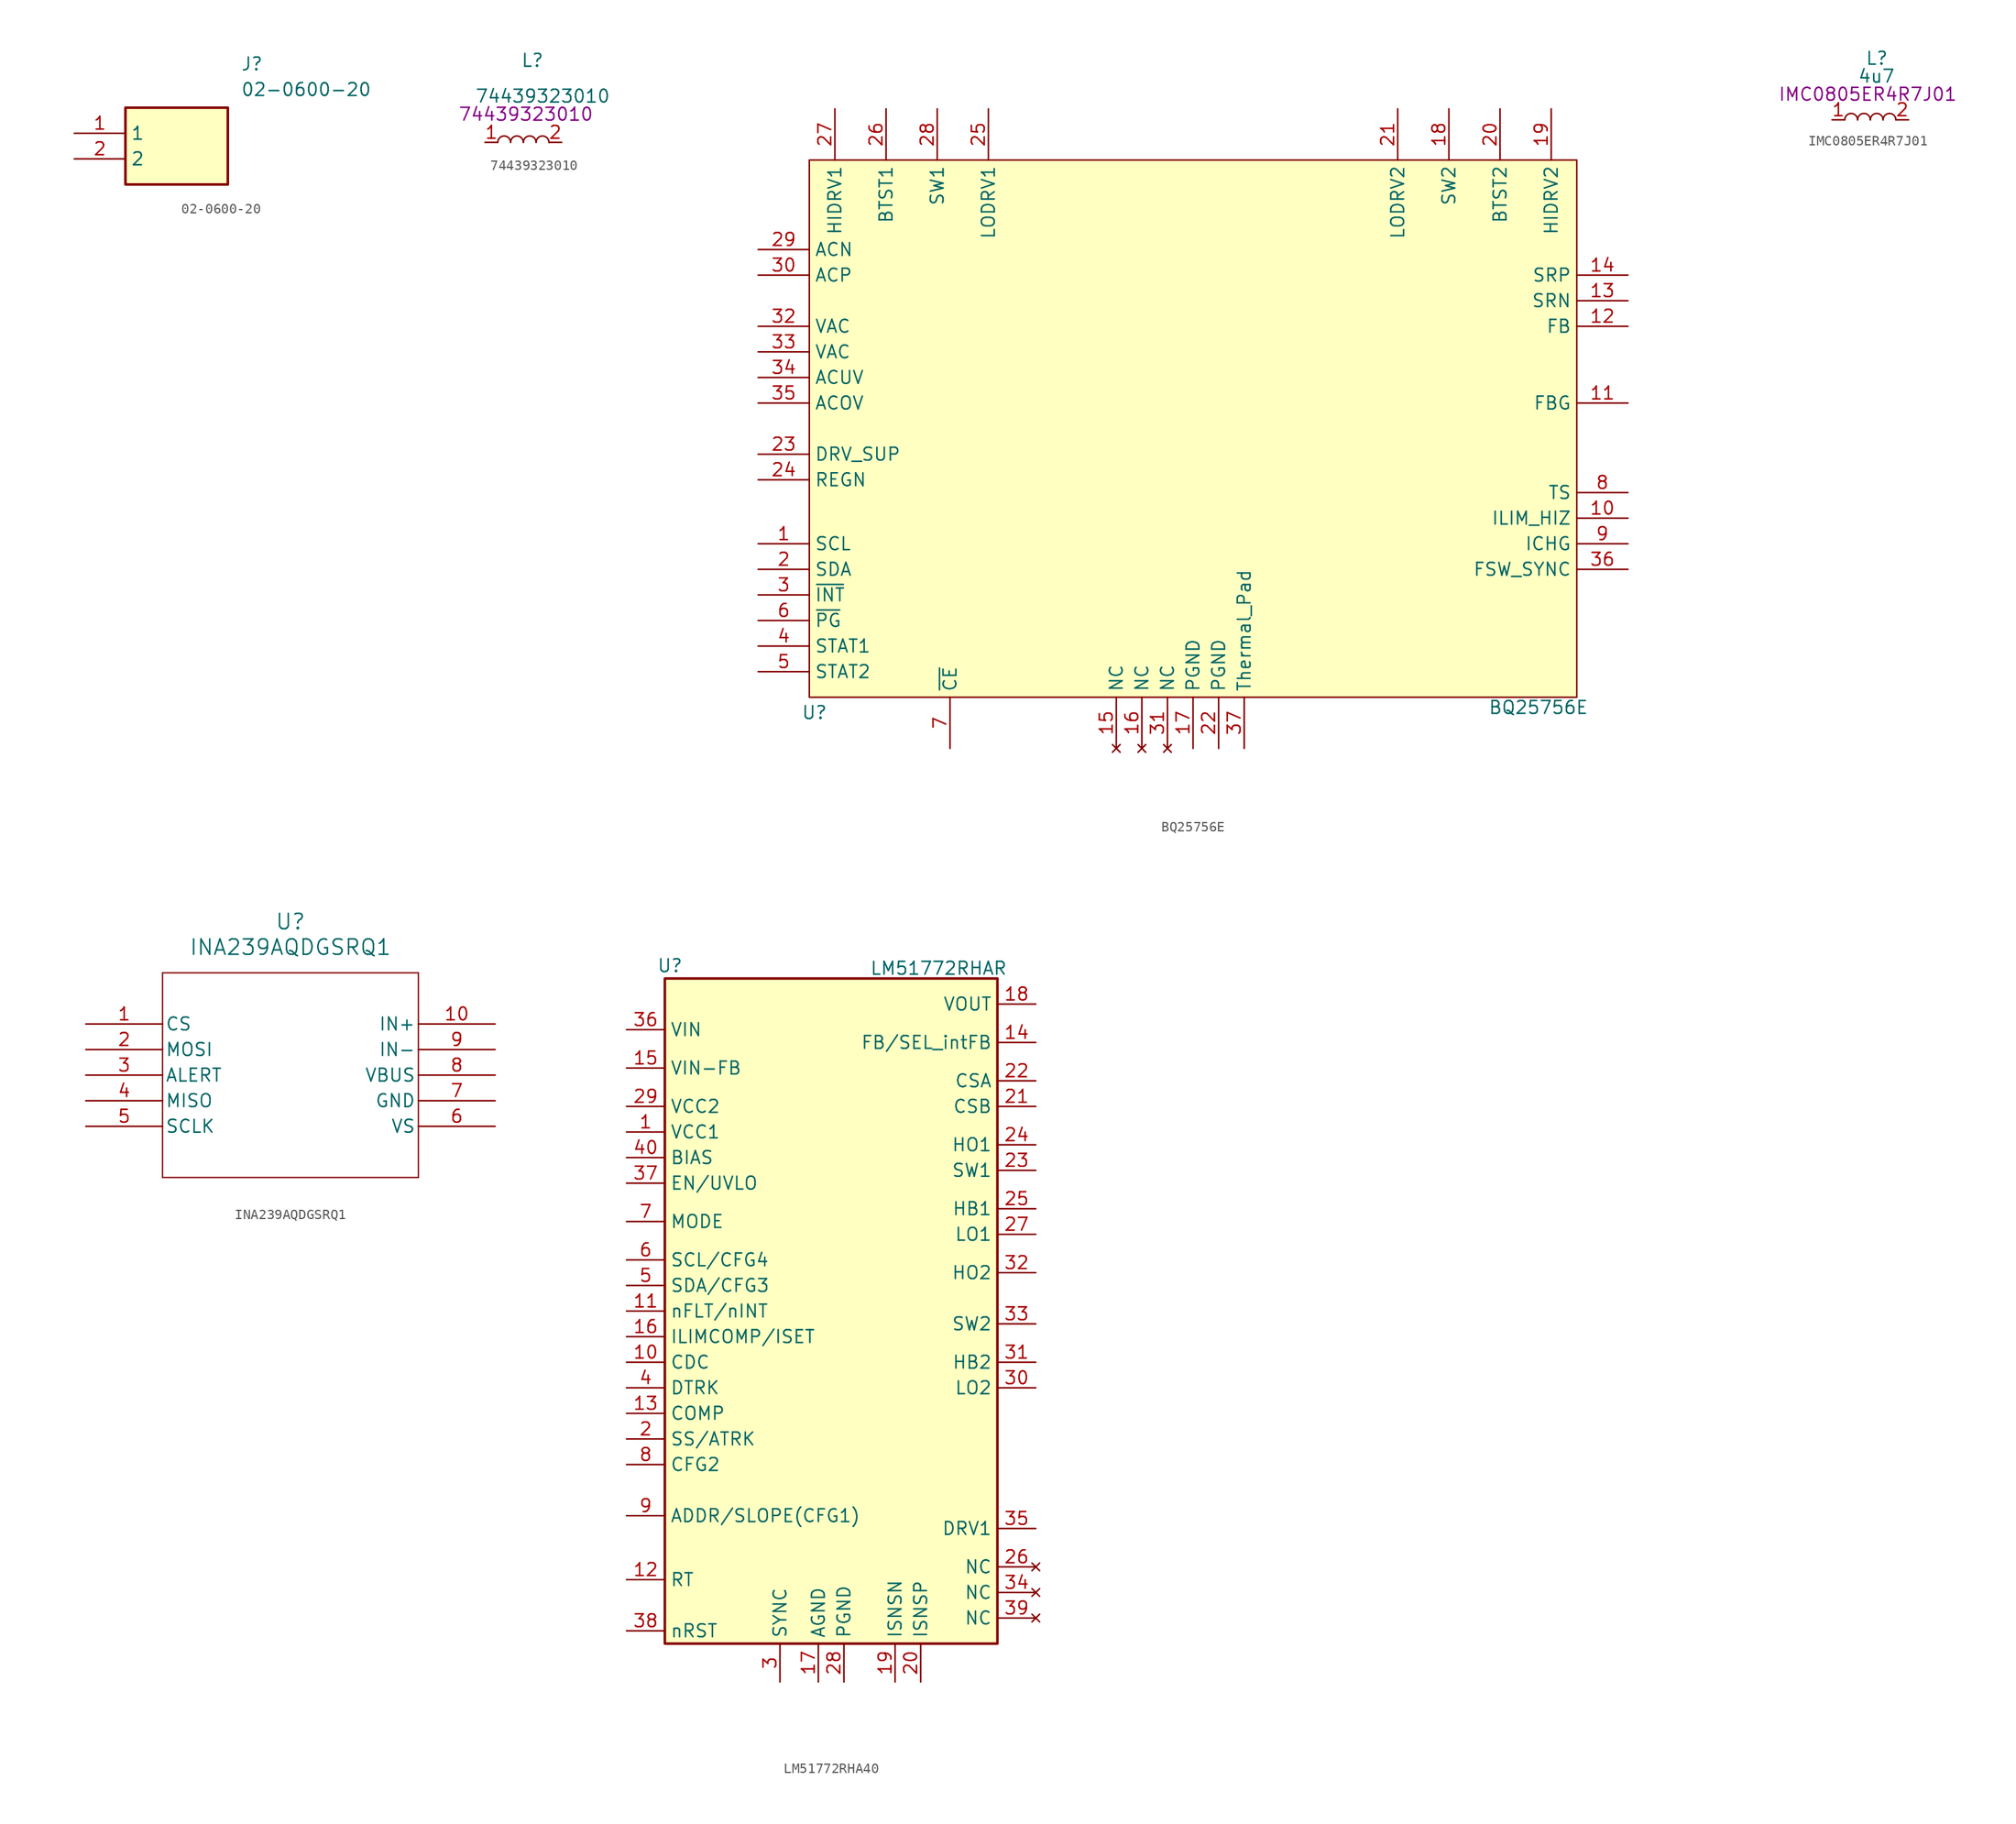
<source format=kicad_sym>
(kicad_symbol_lib
  (version 20231120)
  (generator "kicad_symbol_editor")
  (generator_version "8.0")
  (symbol "02-0600-20"
    (property "Reference" "J"
      (at 16.51 7.62 0)
      (effects (font (size 1.27 1.27)) (justify left top)))
    (property "Value" "02-0600-20"
      (at 16.51 5.08 0)
      (effects (font (size 1.27 1.27)) (justify left top)))
    (symbol "02-0600-20_1_1"
      (rectangle (start 5.08 2.54) (end 15.24 -5.08) (stroke (width 0.254) (type default)) (fill (type background)))
      (pin passive line (at 0 0 0) (length 5.08) (name "1" (effects (font (size 1.27 1.27)))) (number "1" (effects (font (size 1.27 1.27)))))
      (pin passive line (at 0 -2.54 0) (length 5.08) (name "2" (effects (font (size 1.27 1.27)))) (number "2" (effects (font (size 1.27 1.27)))))))
  (symbol "74439323010"
    (pin_names hide)
    (property "Reference" "L"
      (at -0.254 8.89 0)
      (effects (font (size 1.27 1.27)) (justify left top)))
    (property "Value" "74439323010"
      (at -4.826 5.334 0)
      (effects (font (size 1.27 1.27)) (justify left top)))
    (property "Manufacturer_Part_Number" "74439323010"
      (at 0.254 2.794 0)
      (effects (font (size 1.27 1.27))))
    (symbol "74439323010_0_1"
      (arc (start -1.27 0) (mid -1.905 0.6323) (end -2.54 0) (stroke (width 0) (type default)) (fill (type none)))
      (arc (start 0 0) (mid -0.635 0.6323) (end -1.27 0) (stroke (width 0) (type default)) (fill (type none)))
      (arc (start 1.27 0) (mid 0.635 0.6323) (end 0 0) (stroke (width 0) (type default)) (fill (type none)))
      (arc (start 2.54 0) (mid 1.905 0.6323) (end 1.27 0) (stroke (width 0) (type default)) (fill (type none))))
    (symbol "74439323010_1_1"
      (pin passive line (at -3.81 0 0) (length 1.27) (name "1" (effects (font (size 1.27 1.27)))) (number "1" (effects (font (size 1.27 1.27)))))
      (pin passive line (at 3.81 0 180) (length 1.27) (name "2" (effects (font (size 1.27 1.27)))) (number "2" (effects (font (size 1.27 1.27)))))))
  (symbol "BQ25756E"
    (property "Reference" "U"
      (at -36.322 -29.464 0)
      (effects (font (size 1.27 1.27))))
    (property "Value" "BQ25756E"
      (at 35.56 -28.956 0)
      (effects (font (size 1.27 1.27))))
    (symbol "BQ25756E_1_1"
      (rectangle (start -36.83 25.4) (end 39.37 -27.94) (stroke (width 0) (type default)) (fill (type background)))
      (pin input line (at -41.91 -12.7 0) (length 5.08) (name "SCL" (effects (font (size 1.27 1.27)))) (number "1" (effects (font (size 1.27 1.27)))))
      (pin input line (at 44.45 -10.16 180) (length 5.08) (name "ILIM_HIZ" (effects (font (size 1.27 1.27)))) (number "10" (effects (font (size 1.27 1.27)))))
      (pin input line (at 44.45 1.27 180) (length 5.08) (name "FBG" (effects (font (size 1.27 1.27)))) (number "11" (effects (font (size 1.27 1.27)))))
      (pin input line (at 44.45 8.89 180) (length 5.08) (name "FB" (effects (font (size 1.27 1.27)))) (number "12" (effects (font (size 1.27 1.27)))))
      (pin input line (at 44.45 11.43 180) (length 5.08) (name "SRN" (effects (font (size 1.27 1.27)))) (number "13" (effects (font (size 1.27 1.27)))))
      (pin input line (at 44.45 13.97 180) (length 5.08) (name "SRP" (effects (font (size 1.27 1.27)))) (number "14" (effects (font (size 1.27 1.27)))))
      (pin no_connect line (at -6.35 -33.02 90) (length 5.08) (name "NC" (effects (font (size 1.27 1.27)))) (number "15" (effects (font (size 1.27 1.27)))))
      (pin no_connect line (at -3.81 -33.02 90) (length 5.08) (name "NC" (effects (font (size 1.27 1.27)))) (number "16" (effects (font (size 1.27 1.27)))))
      (pin power_in line (at 1.27 -33.02 90) (length 5.08) (name "PGND" (effects (font (size 1.27 1.27)))) (number "17" (effects (font (size 1.27 1.27)))))
      (pin power_out line (at 26.67 30.48 270) (length 5.08) (name "SW2" (effects (font (size 1.27 1.27)))) (number "18" (effects (font (size 1.27 1.27)))))
      (pin output line (at 36.83 30.48 270) (length 5.08) (name "HIDRV2" (effects (font (size 1.27 1.27)))) (number "19" (effects (font (size 1.27 1.27)))))
      (pin bidirectional line (at -41.91 -15.24 0) (length 5.08) (name "SDA" (effects (font (size 1.27 1.27)))) (number "2" (effects (font (size 1.27 1.27)))))
      (pin power_out line (at 31.75 30.48 270) (length 5.08) (name "BTST2" (effects (font (size 1.27 1.27)))) (number "20" (effects (font (size 1.27 1.27)))))
      (pin output line (at 21.59 30.48 270) (length 5.08) (name "LODRV2" (effects (font (size 1.27 1.27)))) (number "21" (effects (font (size 1.27 1.27)))))
      (pin power_in line (at 3.81 -33.02 90) (length 5.08) (name "PGND" (effects (font (size 1.27 1.27)))) (number "22" (effects (font (size 1.27 1.27)))))
      (pin power_out line (at -41.91 -3.81 0) (length 5.08) (name "DRV_SUP" (effects (font (size 1.27 1.27)))) (number "23" (effects (font (size 1.27 1.27)))))
      (pin power_out line (at -41.91 -6.35 0) (length 5.08) (name "REGN" (effects (font (size 1.27 1.27)))) (number "24" (effects (font (size 1.27 1.27)))))
      (pin output line (at -19.05 30.48 270) (length 5.08) (name "LODRV1" (effects (font (size 1.27 1.27)))) (number "25" (effects (font (size 1.27 1.27)))))
      (pin power_out line (at -29.21 30.48 270) (length 5.08) (name "BTST1" (effects (font (size 1.27 1.27)))) (number "26" (effects (font (size 1.27 1.27)))))
      (pin output line (at -34.29 30.48 270) (length 5.08) (name "HIDRV1" (effects (font (size 1.27 1.27)))) (number "27" (effects (font (size 1.27 1.27)))))
      (pin power_out line (at -24.13 30.48 270) (length 5.08) (name "SW1" (effects (font (size 1.27 1.27)))) (number "28" (effects (font (size 1.27 1.27)))))
      (pin input line (at -41.91 16.51 0) (length 5.08) (name "ACN" (effects (font (size 1.27 1.27)))) (number "29" (effects (font (size 1.27 1.27)))))
      (pin output line (at -41.91 -17.78 0) (length 5.08) (name "~{INT}" (effects (font (size 1.27 1.27)))) (number "3" (effects (font (size 1.27 1.27)))))
      (pin input line (at -41.91 13.97 0) (length 5.08) (name "ACP" (effects (font (size 1.27 1.27)))) (number "30" (effects (font (size 1.27 1.27)))))
      (pin no_connect line (at -1.27 -33.02 90) (length 5.08) (name "NC" (effects (font (size 1.27 1.27)))) (number "31" (effects (font (size 1.27 1.27)))))
      (pin power_in line (at -41.91 8.89 0) (length 5.08) (name "VAC" (effects (font (size 1.27 1.27)))) (number "32" (effects (font (size 1.27 1.27)))))
      (pin power_in line (at -41.91 6.35 0) (length 5.08) (name "VAC" (effects (font (size 1.27 1.27)))) (number "33" (effects (font (size 1.27 1.27)))))
      (pin input line (at -41.91 3.81 0) (length 5.08) (name "ACUV" (effects (font (size 1.27 1.27)))) (number "34" (effects (font (size 1.27 1.27)))))
      (pin input line (at -41.91 1.27 0) (length 5.08) (name "ACOV" (effects (font (size 1.27 1.27)))) (number "35" (effects (font (size 1.27 1.27)))))
      (pin input line (at 44.45 -15.24 180) (length 5.08) (name "FSW_SYNC" (effects (font (size 1.27 1.27)))) (number "36" (effects (font (size 1.27 1.27)))))
      (pin power_in line (at 6.35 -33.02 90) (length 5.08) (name "Thermal_Pad" (effects (font (size 1.27 1.27)))) (number "37" (effects (font (size 1.27 1.27)))))
      (pin output line (at -41.91 -22.86 0) (length 5.08) (name "STAT1" (effects (font (size 1.27 1.27)))) (number "4" (effects (font (size 1.27 1.27)))))
      (pin output line (at -41.91 -25.4 0) (length 5.08) (name "STAT2" (effects (font (size 1.27 1.27)))) (number "5" (effects (font (size 1.27 1.27)))))
      (pin output line (at -41.91 -20.32 0) (length 5.08) (name "~{PG}" (effects (font (size 1.27 1.27)))) (number "6" (effects (font (size 1.27 1.27)))))
      (pin bidirectional line (at -22.86 -33.02 90) (length 5.08) (name "~{CE}" (effects (font (size 1.27 1.27)))) (number "7" (effects (font (size 1.27 1.27)))))
      (pin input line (at 44.45 -7.62 180) (length 5.08) (name "TS" (effects (font (size 1.27 1.27)))) (number "8" (effects (font (size 1.27 1.27)))))
      (pin input line (at 44.45 -12.7 180) (length 5.08) (name "ICHG" (effects (font (size 1.27 1.27)))) (number "9" (effects (font (size 1.27 1.27)))))))
  (symbol "IMC0805ER4R7J01"
    (pin_names hide)
    (property "Reference" "L"
      (at -0.508 6.858 0)
      (effects (font (size 1.27 1.27)) (justify left top)))
    (property "Value" "4u7"
      (at -1.27 5.08 0)
      (effects (font (size 1.27 1.27)) (justify left top)))
    (property "Manufacturer_Part_Number" "IMC0805ER4R7J01"
      (at -0.254 2.54 0)
      (effects (font (size 1.27 1.27))))
    (symbol "IMC0805ER4R7J01_0_1"
      (arc (start -1.27 0) (mid -1.905 0.6323) (end -2.54 0) (stroke (width 0) (type default)) (fill (type none)))
      (arc (start 0 0) (mid -0.635 0.6323) (end -1.27 0) (stroke (width 0) (type default)) (fill (type none)))
      (arc (start 1.27 0) (mid 0.635 0.6323) (end 0 0) (stroke (width 0) (type default)) (fill (type none)))
      (arc (start 2.54 0) (mid 1.905 0.6323) (end 1.27 0) (stroke (width 0) (type default)) (fill (type none))))
    (symbol "IMC0805ER4R7J01_1_1"
      (pin passive line (at -3.81 0 0) (length 1.27) (name "1" (effects (font (size 1.27 1.27)))) (number "1" (effects (font (size 1.27 1.27)))))
      (pin passive line (at 3.81 0 180) (length 1.27) (name "2" (effects (font (size 1.27 1.27)))) (number "2" (effects (font (size 1.27 1.27)))))))
  (symbol "INA239AQDGSRQ1"
    (pin_names
      (offset 0.254))
    (property "Reference" "U"
      (at 20.32 10.16 0)
      (effects (font (size 1.524 1.524))))
    (property "Value" "INA239AQDGSRQ1"
      (at 20.32 7.62 0)
      (effects (font (size 1.524 1.524))))
    (property "ki_locked" ""
      (at 0 0 0)
      (effects (font (size 1.27 1.27))))
    (symbol "INA239AQDGSRQ1_0_1"
      (polyline (pts (xy 7.62 -15.24) (xy 33.02 -15.24)) (stroke (width 0.127) (type default)) (fill (type none)))
      (polyline (pts (xy 7.62 5.08) (xy 7.62 -15.24)) (stroke (width 0.127) (type default)) (fill (type none)))
      (polyline (pts (xy 33.02 -15.24) (xy 33.02 5.08)) (stroke (width 0.127) (type default)) (fill (type none)))
      (polyline (pts (xy 33.02 5.08) (xy 7.62 5.08)) (stroke (width 0.127) (type default)) (fill (type none)))
      (pin input line (at 0 0 0) (length 7.62) (name "CS" (effects (font (size 1.27 1.27)))) (number "1" (effects (font (size 1.27 1.27)))))
      (pin input line (at 40.64 0 180) (length 7.62) (name "IN+" (effects (font (size 1.27 1.27)))) (number "10" (effects (font (size 1.27 1.27)))))
      (pin input line (at 0 -2.54 0) (length 7.62) (name "MOSI" (effects (font (size 1.27 1.27)))) (number "2" (effects (font (size 1.27 1.27)))))
      (pin output line (at 0 -5.08 0) (length 7.62) (name "ALERT" (effects (font (size 1.27 1.27)))) (number "3" (effects (font (size 1.27 1.27)))))
      (pin output line (at 0 -7.62 0) (length 7.62) (name "MISO" (effects (font (size 1.27 1.27)))) (number "4" (effects (font (size 1.27 1.27)))))
      (pin input line (at 0 -10.16 0) (length 7.62) (name "SCLK" (effects (font (size 1.27 1.27)))) (number "5" (effects (font (size 1.27 1.27)))))
      (pin power_in line (at 40.64 -10.16 180) (length 7.62) (name "VS" (effects (font (size 1.27 1.27)))) (number "6" (effects (font (size 1.27 1.27)))))
      (pin power_out line (at 40.64 -7.62 180) (length 7.62) (name "GND" (effects (font (size 1.27 1.27)))) (number "7" (effects (font (size 1.27 1.27)))))
      (pin input line (at 40.64 -5.08 180) (length 7.62) (name "VBUS" (effects (font (size 1.27 1.27)))) (number "8" (effects (font (size 1.27 1.27)))))
      (pin input line (at 40.64 -2.54 180) (length 7.62) (name "IN-" (effects (font (size 1.27 1.27)))) (number "9" (effects (font (size 1.27 1.27)))))))
  (symbol "LM51772RHA40"
    (property "Reference" "U"
      (at -16.002 40.64 0)
      (effects (font (size 1.27 1.27))))
    (property "Value" "LM51772RHAR "
      (at 10.668 40.386 0)
      (effects (font (size 1.27 1.27))))
    (symbol "LM51772RHA40_0_1"
      (rectangle (start -16.51 39.37) (end 16.51 -26.67) (stroke (width 0.254) (type default)) (fill (type background))))
    (symbol "LM51772RHA40_1_1"
      (pin power_out line (at -20.32 24.13 0) (length 3.81) (name "VCC1" (effects (font (size 1.27 1.27)))) (number "1" (effects (font (size 1.27 1.27)))))
      (pin unspecified line (at -20.32 1.27 0) (length 3.81) (name "CDC" (effects (font (size 1.27 1.27)))) (number "10" (effects (font (size 1.27 1.27)))))
      (pin output line (at -20.32 6.35 0) (length 3.81) (name "nFLT/nINT" (effects (font (size 1.27 1.27)))) (number "11" (effects (font (size 1.27 1.27)))))
      (pin bidirectional line (at -20.32 -20.32 0) (length 3.81) (name "RT" (effects (font (size 1.27 1.27)))) (number "12" (effects (font (size 1.27 1.27)))))
      (pin output line (at -20.32 -3.81 0) (length 3.81) (name "COMP" (effects (font (size 1.27 1.27)))) (number "13" (effects (font (size 1.27 1.27)))))
      (pin input line (at 20.32 33.02 180) (length 3.81) (name "FB/SEL_intFB" (effects (font (size 1.27 1.27)))) (number "14" (effects (font (size 1.27 1.27)))))
      (pin unspecified line (at -20.32 30.48 0) (length 3.81) (name "VIN-FB" (effects (font (size 1.27 1.27)))) (number "15" (effects (font (size 1.27 1.27)))))
      (pin unspecified line (at -20.32 3.81 0) (length 3.81) (name "ILIMCOMP/ISET" (effects (font (size 1.27 1.27)))) (number "16" (effects (font (size 1.27 1.27)))))
      (pin passive line (at -1.27 -30.48 90) (length 3.81) (name "AGND" (effects (font (size 1.27 1.27)))) (number "17" (effects (font (size 1.27 1.27)))))
      (pin input line (at 20.32 36.83 180) (length 3.81) (name "VOUT" (effects (font (size 1.27 1.27)))) (number "18" (effects (font (size 1.27 1.27)))))
      (pin input line (at 6.35 -30.48 90) (length 3.81) (name "ISNSN" (effects (font (size 1.27 1.27)))) (number "19" (effects (font (size 1.27 1.27)))))
      (pin bidirectional line (at -20.32 -6.35 0) (length 3.81) (name "SS/ATRK" (effects (font (size 1.27 1.27)))) (number "2" (effects (font (size 1.27 1.27)))))
      (pin input line (at 8.89 -30.48 90) (length 3.81) (name "ISNSP" (effects (font (size 1.27 1.27)))) (number "20" (effects (font (size 1.27 1.27)))))
      (pin input line (at 20.32 26.67 180) (length 3.81) (name "CSB" (effects (font (size 1.27 1.27)))) (number "21" (effects (font (size 1.27 1.27)))))
      (pin input line (at 20.32 29.21 180) (length 3.81) (name "CSA" (effects (font (size 1.27 1.27)))) (number "22" (effects (font (size 1.27 1.27)))))
      (pin unspecified line (at 20.32 20.32 180) (length 3.81) (name "SW1" (effects (font (size 1.27 1.27)))) (number "23" (effects (font (size 1.27 1.27)))))
      (pin output line (at 20.32 22.86 180) (length 3.81) (name "HO1" (effects (font (size 1.27 1.27)))) (number "24" (effects (font (size 1.27 1.27)))))
      (pin unspecified line (at 20.32 16.51 180) (length 3.81) (name "HB1" (effects (font (size 1.27 1.27)))) (number "25" (effects (font (size 1.27 1.27)))))
      (pin no_connect line (at 20.32 -19.05 180) (length 3.81) (name "NC" (effects (font (size 1.27 1.27)))) (number "26" (effects (font (size 1.27 1.27)))))
      (pin output line (at 20.32 13.97 180) (length 3.81) (name "LO1" (effects (font (size 1.27 1.27)))) (number "27" (effects (font (size 1.27 1.27)))))
      (pin passive line (at 1.27 -30.48 90) (length 3.81) (name "PGND" (effects (font (size 1.27 1.27)))) (number "28" (effects (font (size 1.27 1.27)))))
      (pin output line (at -20.32 26.67 0) (length 3.81) (name "VCC2" (effects (font (size 1.27 1.27)))) (number "29" (effects (font (size 1.27 1.27)))))
      (pin input line (at -5.08 -30.48 90) (length 3.81) (name "SYNC" (effects (font (size 1.27 1.27)))) (number "3" (effects (font (size 1.27 1.27)))))
      (pin output line (at 20.32 -1.27 180) (length 3.81) (name "LO2" (effects (font (size 1.27 1.27)))) (number "30" (effects (font (size 1.27 1.27)))))
      (pin unspecified line (at 20.32 1.27 180) (length 3.81) (name "HB2" (effects (font (size 1.27 1.27)))) (number "31" (effects (font (size 1.27 1.27)))))
      (pin output line (at 20.32 10.16 180) (length 3.81) (name "HO2" (effects (font (size 1.27 1.27)))) (number "32" (effects (font (size 1.27 1.27)))))
      (pin output line (at 20.32 5.08 180) (length 3.81) (name "SW2" (effects (font (size 1.27 1.27)))) (number "33" (effects (font (size 1.27 1.27)))))
      (pin no_connect line (at 20.32 -21.59 180) (length 3.81) (name "NC" (effects (font (size 1.27 1.27)))) (number "34" (effects (font (size 1.27 1.27)))))
      (pin unspecified line (at 20.32 -15.24 180) (length 3.81) (name "DRV1" (effects (font (size 1.27 1.27)))) (number "35" (effects (font (size 1.27 1.27)))))
      (pin power_in line (at -20.32 34.29 0) (length 3.81) (name "VIN" (effects (font (size 1.27 1.27)))) (number "36" (effects (font (size 1.27 1.27)))))
      (pin input line (at -20.32 19.05 0) (length 3.81) (name "EN/UVLO" (effects (font (size 1.27 1.27)))) (number "37" (effects (font (size 1.27 1.27)))))
      (pin input line (at -20.32 -25.4 0) (length 3.81) (name "nRST" (effects (font (size 1.27 1.27)))) (number "38" (effects (font (size 1.27 1.27)))))
      (pin no_connect line (at 20.32 -24.13 180) (length 3.81) (name "NC" (effects (font (size 1.27 1.27)))) (number "39" (effects (font (size 1.27 1.27)))))
      (pin input line (at -20.32 -1.27 0) (length 3.81) (name "DTRK" (effects (font (size 1.27 1.27)))) (number "4" (effects (font (size 1.27 1.27)))))
      (pin unspecified line (at -20.32 21.59 0) (length 3.81) (name "BIAS" (effects (font (size 1.27 1.27)))) (number "40" (effects (font (size 1.27 1.27)))))
      (pin bidirectional line (at -20.32 8.89 0) (length 3.81) (name "SDA/CFG3" (effects (font (size 1.27 1.27)))) (number "5" (effects (font (size 1.27 1.27)))))
      (pin input line (at -20.32 11.43 0) (length 3.81) (name "SCL/CFG4" (effects (font (size 1.27 1.27)))) (number "6" (effects (font (size 1.27 1.27)))))
      (pin input line (at -20.32 15.24 0) (length 3.81) (name "MODE" (effects (font (size 1.27 1.27)))) (number "7" (effects (font (size 1.27 1.27)))))
      (pin bidirectional line (at -20.32 -8.89 0) (length 3.81) (name "CFG2" (effects (font (size 1.27 1.27)))) (number "8" (effects (font (size 1.27 1.27)))))
      (pin input line (at -20.32 -13.97 0) (length 3.81) (name "ADDR/SLOPE(CFG1)" (effects (font (size 1.27 1.27)))) (number "9" (effects (font (size 1.27 1.27))))))))
</source>
